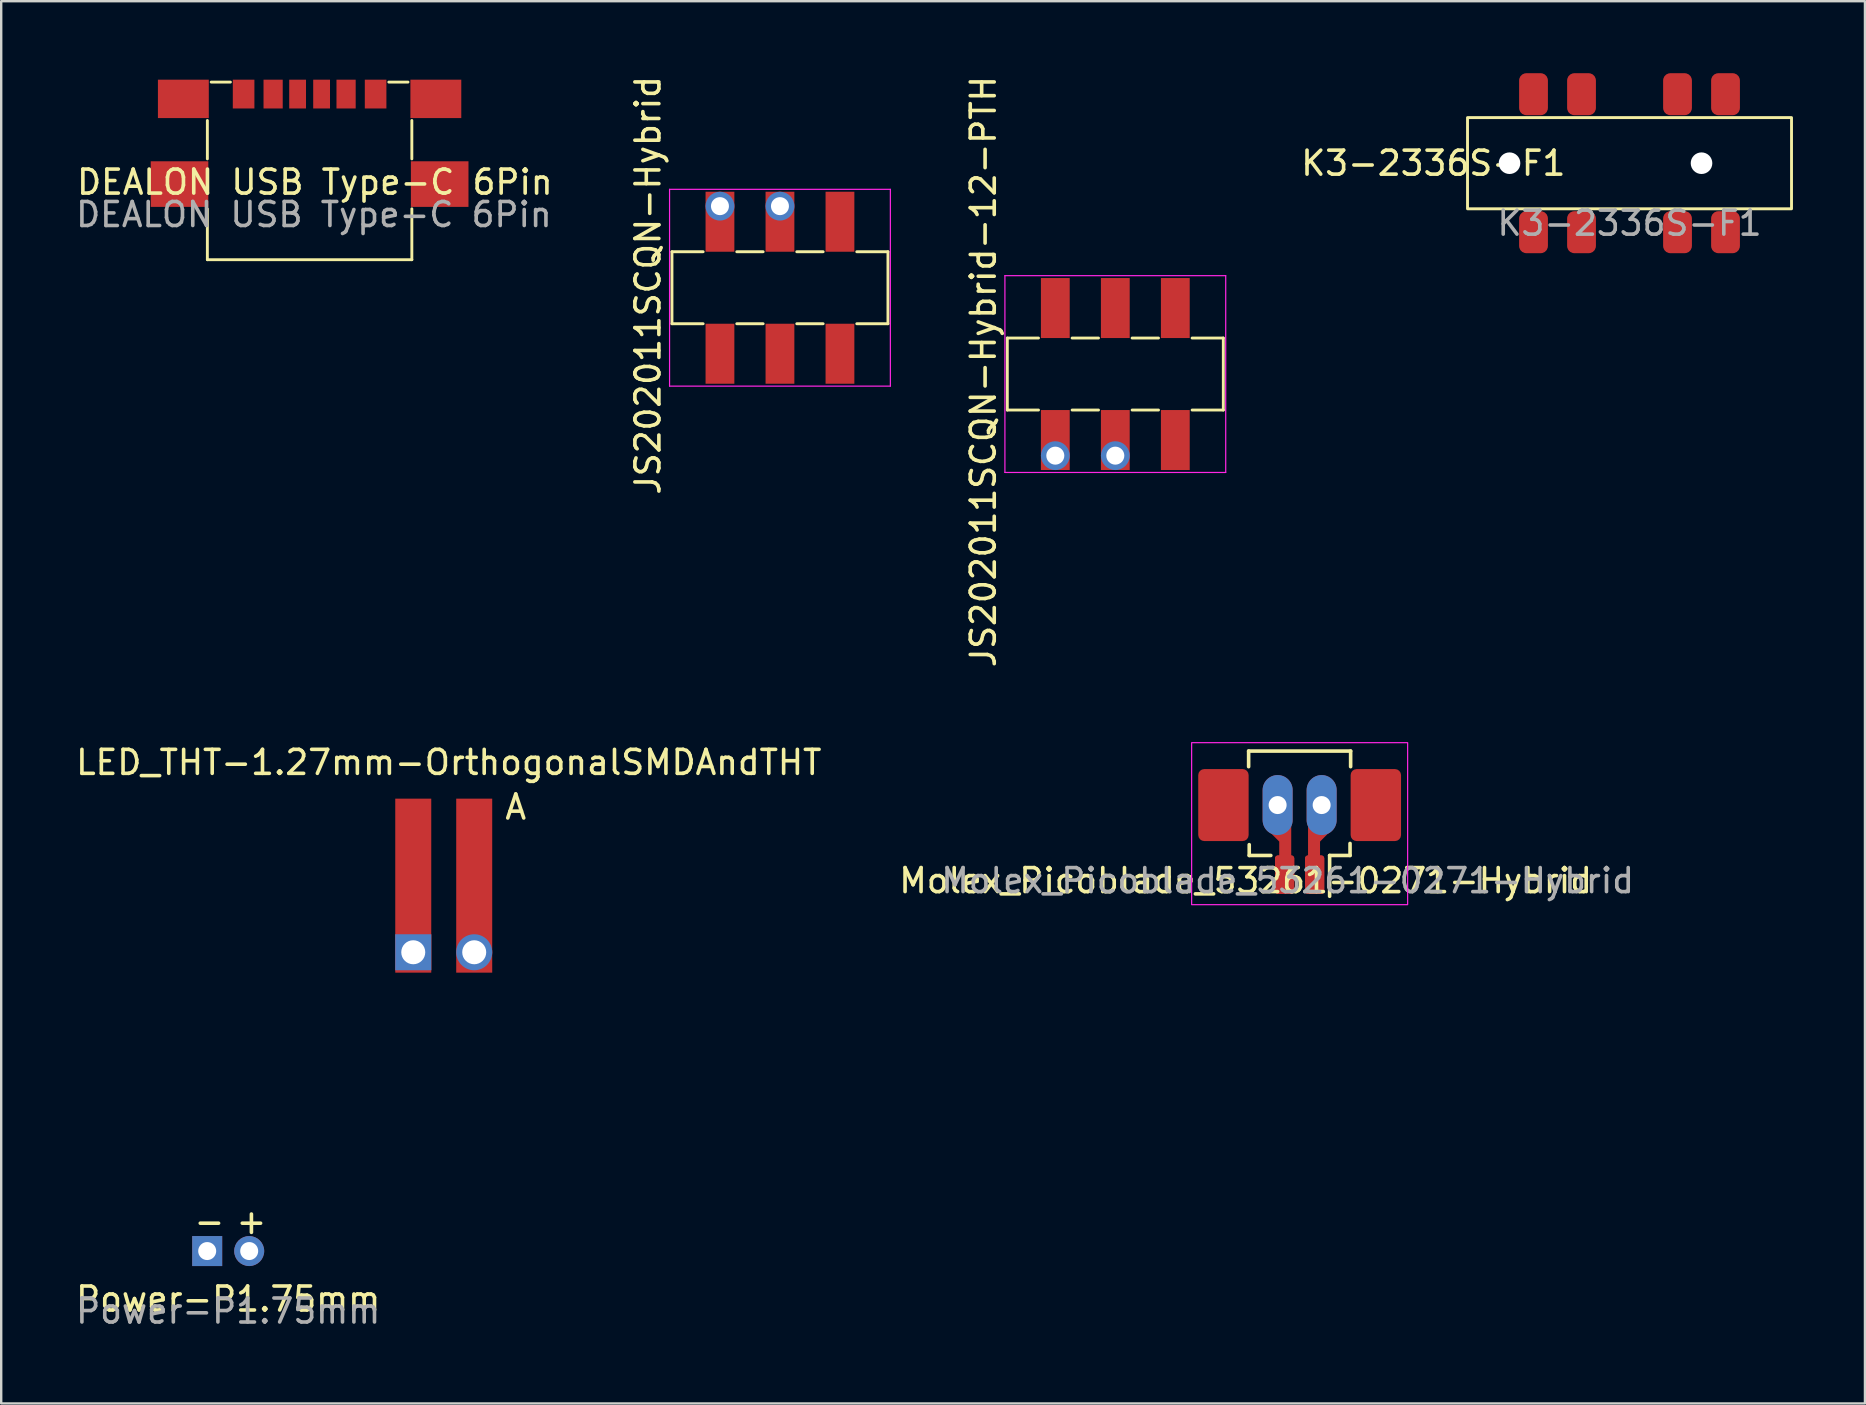
<source format=kicad_pcb>
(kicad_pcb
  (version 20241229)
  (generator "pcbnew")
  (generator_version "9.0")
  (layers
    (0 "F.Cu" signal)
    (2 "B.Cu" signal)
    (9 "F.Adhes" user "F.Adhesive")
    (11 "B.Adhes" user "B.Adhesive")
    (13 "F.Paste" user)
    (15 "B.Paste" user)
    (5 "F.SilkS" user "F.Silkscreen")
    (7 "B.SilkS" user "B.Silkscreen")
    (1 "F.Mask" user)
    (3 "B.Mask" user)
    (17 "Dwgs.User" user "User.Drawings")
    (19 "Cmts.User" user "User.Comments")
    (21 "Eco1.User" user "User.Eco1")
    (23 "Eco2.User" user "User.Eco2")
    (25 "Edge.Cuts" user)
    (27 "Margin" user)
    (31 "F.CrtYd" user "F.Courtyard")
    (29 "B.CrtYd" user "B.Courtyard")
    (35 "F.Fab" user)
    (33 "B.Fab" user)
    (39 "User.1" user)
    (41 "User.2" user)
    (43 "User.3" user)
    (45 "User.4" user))
  (footprint "JS202011SCQN-Hybrid"
    (layer "F.Cu")
    (at 29.448 8.939)
    (property "Reference" "JS202011SCQN-Hybrid" (at -5.5 -0.1 90) (layer "F.SilkS") (effects (font (size 1 1) (thickness 0.15))))
    (fp_line (start -4.5 -1.5) (end -4.5 1.5) (stroke (width 0.12) (type solid)) (layer "F.SilkS"))
    (fp_line (start -4.5 -1.5) (end -3.2 -1.5) (stroke (width 0.12) (type solid)) (layer "F.SilkS"))
    (fp_line (start -4.5 1.5) (end -3.2 1.5) (stroke (width 0.12) (type solid)) (layer "F.SilkS"))
    (fp_line (start -1.8 -1.5) (end -0.7 -1.5) (stroke (width 0.12) (type solid)) (layer "F.SilkS"))
    (fp_line (start -1.8 1.5) (end -0.7 1.5) (stroke (width 0.12) (type solid)) (layer "F.SilkS"))
    (fp_line (start 0.7 -1.5) (end 1.8 -1.5) (stroke (width 0.12) (type solid)) (layer "F.SilkS"))
    (fp_line (start 0.7 1.5) (end 1.8 1.5) (stroke (width 0.12) (type solid)) (layer "F.SilkS"))
    (fp_line (start 3.2 -1.5) (end 4.5 -1.5) (stroke (width 0.12) (type solid)) (layer "F.SilkS"))
    (fp_line (start 3.2 1.5) (end 4.5 1.5) (stroke (width 0.12) (type solid)) (layer "F.SilkS"))
    (fp_line (start 4.5 -1.5) (end 4.5 1.5) (stroke (width 0.12) (type solid)) (layer "F.SilkS"))
    (fp_line (start -4.6 -4.1) (end 4.6 -4.1) (stroke (width 0.05) (type solid)) (layer "F.CrtYd"))
    (fp_line (start -4.6 4.1) (end -4.6 -4.1) (stroke (width 0.05) (type solid)) (layer "F.CrtYd"))
    (fp_line (start 4.6 -4.1) (end 4.6 4.1) (stroke (width 0.05) (type solid)) (layer "F.CrtYd"))
    (fp_line (start 4.6 4.1) (end -4.6 4.1) (stroke (width 0.05) (type solid)) (layer "F.CrtYd"))
    (pad "1" smd rect (at -2.5 2.75) (size 1.2 2.5) (layers "F.Cu" "F.Mask" "F.Paste"))
    (pad "2" smd rect (at 0 2.75) (size 1.2 2.5) (layers "F.Cu" "F.Mask" "F.Paste"))
    (pad "3" smd rect (at 2.5 2.75) (size 1.2 2.5) (layers "F.Cu" "F.Mask" "F.Paste"))
    (pad "4" thru_hole circle (at -2.5 -3.4) (size 1.2 1.2) (drill 0.75) (layers "*.Cu" "*.Mask"))
    (pad "4" smd rect (at -2.5 -2.75) (size 1.2 2.5) (layers "F.Cu" "F.Mask" "F.Paste"))
    (pad "5" thru_hole circle (at 0 -3.4) (size 1.2 1.2) (drill 0.75) (layers "*.Cu" "*.Mask"))
    (pad "5" smd rect (at 0 -2.75) (size 1.2 2.5) (layers "F.Cu" "F.Mask" "F.Paste"))
    (pad "6" smd rect (at 2.5 -2.75) (size 1.2 2.5) (layers "F.Cu" "F.Mask" "F.Paste")))
  (footprint "K3-2336S-F1"
    (layer "F.Cu")
    (at 64.846 3.75)
    (property "Reference" "K3-2336S-F1" (at -8.175 0 0) (unlocked yes) (layer "F.SilkS") (effects (font (size 1 1) (thickness 0.15))))
    (attr smd)
    (fp_rect (start -6.75 -1.9) (end 6.75 1.9) (stroke (width 0.12) (type default)) (fill no) (layer "F.SilkS"))
    (fp_text user "${REFERENCE}" (at 0 2.5 0) (unlocked yes) (layer "F.Fab") (effects (font (size 1 1) (thickness 0.15))))
    (pad "" np_thru_hole circle (at -5 0 90) (size 0.9 0.9) (drill 0.9) (layers "*.Cu" "*.Mask"))
    (pad "" np_thru_hole circle (at 3 0 90) (size 0.9 0.9) (drill 0.9) (layers "*.Cu" "*.Mask"))
    (pad "1" smd roundrect (at 4 -2.875 270) (size 1.75 1.2) (layers "F.Cu" "F.Mask" "F.Paste") (roundrect_rratio 0.25))
    (pad "2" smd roundrect (at 2 -2.875 270) (size 1.75 1.2) (layers "F.Cu" "F.Mask" "F.Paste") (roundrect_rratio 0.25))
    (pad "3" smd roundrect (at -2 -2.875 90) (size 1.75 1.2) (layers "F.Cu" "F.Mask" "F.Paste") (roundrect_rratio 0.25))
    (pad "4" smd roundrect (at -4 -2.875 90) (size 1.75 1.2) (layers "F.Cu" "F.Mask" "F.Paste") (roundrect_rratio 0.25))
    (pad "5" smd roundrect (at 4 2.875 270) (size 1.75 1.2) (layers "F.Cu" "F.Mask" "F.Paste") (roundrect_rratio 0.25))
    (pad "6" smd roundrect (at 2 2.875 270) (size 1.75 1.2) (layers "F.Cu" "F.Mask" "F.Paste") (roundrect_rratio 0.25))
    (pad "7" smd roundrect (at -2 2.875 90) (size 1.75 1.2) (layers "F.Cu" "F.Mask" "F.Paste") (roundrect_rratio 0.25))
    (pad "8" smd roundrect (at -4 2.875 90) (size 1.75 1.2) (layers "F.Cu" "F.Mask" "F.Paste") (roundrect_rratio 0.25)))
  (footprint "Power-P1.75mm"
    (layer "F.Cu")
    (at 6.458 49.077)
    (property "Reference" "Power-P1.75mm" (at 0 2 0) (unlocked yes) (layer "F.SilkS") (effects (font (size 1 1) (thickness 0.15))))
    (attr through_hole)
    (fp_text user "-" (at -1.5 -0.65 0) (unlocked yes) (layer "F.SilkS") (effects (font (size 1 1) (thickness 0.15)) (justify left bottom)))
    (fp_text user "+" (at 0.25 -0.65 0) (unlocked yes) (layer "F.SilkS") (effects (font (size 1 1) (thickness 0.15)) (justify left bottom)))
    (fp_text user "${REFERENCE}" (at 0 2.5 0) (unlocked yes) (layer "F.Fab") (effects (font (size 1 1) (thickness 0.15))))
    (pad "" thru_hole rect (at -0.875 0) (size 1.25 1.25) (drill 0.75) (layers "*.Cu" "*.Mask"))
    (pad "" thru_hole circle (at 0.875 0) (size 1.25 1.25) (drill 0.75) (layers "*.Cu" "*.Mask")))
  (footprint "DEALON USB Type-C 6Pin"
    (layer "F.Cu")
    (at 9.85 0.87)
    (property "Reference" "DEALON USB Type-C 6Pin" (at 0.22 3.67 0) (unlocked yes) (layer "F.SilkS") (effects (font (size 1 1) (thickness 0.15))))
    (attr smd)
    (fp_line (start -4.26 1.1) (end -4.26 2.7) (stroke (width 0.12) (type solid)) (layer "F.SilkS"))
    (fp_line (start -4.26 4.78) (end -4.26 6.9) (stroke (width 0.12) (type solid)) (layer "F.SilkS"))
    (fp_line (start -4.26 6.9) (end 4.26 6.9) (stroke (width 0.12) (type solid)) (layer "F.SilkS"))
    (fp_line (start -3.3 -0.5) (end -4.1 -0.5) (stroke (width 0.12) (type solid)) (layer "F.SilkS"))
    (fp_line (start 4.1 -0.5) (end 3.3 -0.5) (stroke (width 0.12) (type solid)) (layer "F.SilkS"))
    (fp_line (start 4.26 2.7) (end 4.26 1.1) (stroke (width 0.12) (type solid)) (layer "F.SilkS"))
    (fp_line (start 4.26 4.78) (end 4.26 6.9) (stroke (width 0.12) (type solid)) (layer "F.SilkS"))
    (fp_text user "${REFERENCE}" (at 0.18 5.02 0) (unlocked yes) (layer "F.Fab") (effects (font (size 1 1) (thickness 0.15))))
    (pad "A5" smd rect (at -0.5 0) (size 0.7 1.2) (layers "F.Cu" "F.Mask" "F.Paste"))
    (pad "A9" smd rect (at 1.52 0) (size 0.8 1.2) (layers "F.Cu" "F.Mask" "F.Paste"))
    (pad "A12" smd rect (at 2.75 0) (size 0.9 1.2) (layers "F.Cu" "F.Mask" "F.Paste"))
    (pad "B5" smd rect (at 0.5 0) (size 0.7 1.2) (layers "F.Cu" "F.Mask" "F.Paste"))
    (pad "B9" smd rect (at -1.52 0) (size 0.8 1.2) (layers "F.Cu" "F.Mask" "F.Paste"))
    (pad "B12" smd rect (at -2.75 0) (size 0.9 1.2) (layers "F.Cu" "F.Mask" "F.Paste"))
    (pad "S1" smd rect (at -5.42 3.75) (size 2.4 1.9) (layers "F.Cu" "F.Mask" "F.Paste"))
    (pad "S1" smd rect (at -5.26 0.2) (size 2.12 1.6) (layers "F.Cu" "F.Mask" "F.Paste"))
    (pad "S1" smd rect (at 5.26 0.2) (size 2.12 1.6) (layers "F.Cu" "F.Mask" "F.Paste"))
    (pad "S1" smd rect (at 5.42 3.75) (size 2.4 1.9) (layers "F.Cu" "F.Mask" "F.Paste"))
    (zone (net_name "") (layer "F.CrtYd") (hatch edge 0.508) (connect_pads) (min_thickness 0.254) (filled_areas_thickness no) (keepout (tracks not_allowed) (vias not_allowed) (pads allowed) (copperpour allowed) (footprints not_allowed)) (placement (enabled no)) (fill) (polygon (pts (xy 16.55 7.37) (xy 3.15 7.37) (xy 3.15 0) (xy 16.55 0)))))
  (footprint "Molex_Picoblade_53261-0271-Hybrid"
    (layer "F.Cu")
    (at 51.101 33.394)
    (property "Reference" "Molex_Picoblade_53261-0271-Hybrid" (at -2.25 0.25 0) (unlocked yes) (layer "F.SilkS") (effects (font (size 1 1) (thickness 0.15))))
    (fp_line (start -2.125 -4.5) (end -2.125 -5.15) (stroke (width 0.15) (type default)) (layer "F.SilkS"))
    (fp_line (start -2.1 -1.25) (end -2.1 -0.8) (stroke (width 0.15) (type default)) (layer "F.SilkS"))
    (fp_line (start -2.1 -0.8) (end -1.2 -0.8) (stroke (width 0.15) (type default)) (layer "F.SilkS"))
    (fp_line (start 1.25 -0.8) (end 1.25 0.9) (stroke (width 0.15) (type default)) (layer "F.SilkS"))
    (fp_line (start 2.1 -1.3) (end 2.1 -0.8) (stroke (width 0.15) (type default)) (layer "F.SilkS"))
    (fp_line (start 2.1 -0.8) (end 1.25 -0.8) (stroke (width 0.15) (type default)) (layer "F.SilkS"))
    (fp_line (start 2.125 -5.15) (end -2.125 -5.15) (stroke (width 0.15) (type default)) (layer "F.SilkS"))
    (fp_line (start 2.125 -4.5) (end 2.125 -5.15) (stroke (width 0.15) (type default)) (layer "F.SilkS"))
    (fp_rect (start -4.5 -5.5) (end 4.5 1.25) (stroke (width 0.05) (type default)) (fill no) (layer "F.CrtYd"))
    (fp_text user "${REFERENCE}" (at -0.5 0.25 0) (unlocked yes) (layer "F.Fab") (effects (font (size 1 1) (thickness 0.15))))
    (pad "1" smd custom (at 0.625 0) (size 0.8 0.8) (layers "F.Cu") (options (anchor circle)) (primitives (gr_poly (pts (xy -0.4 -0.68) (xy -0.391 -0.726) (xy -0.365 -0.765) (xy -0.326 -0.791) (xy -0.28 -0.8) (xy 0.28 -0.8) (xy 0.326 -0.791) (xy 0.365 -0.765) (xy 0.391 -0.726) (xy 0.4 -0.68) (xy 0.4 0.68) (xy 0.391 0.726) (xy 0.365 0.765) (xy 0.326 0.791) (xy 0.28 0.8) (xy -0.28 0.8) (xy -0.326 0.791) (xy -0.365 0.765) (xy -0.391 0.726) (xy -0.4 0.68)) (width 0) (fill yes)) (gr_poly (pts (xy -0.225 -0.75) (xy -0.225 -2) (xy 0.775 -2) (xy 0.175 -1.4) (xy 0.175 -0.75)) (width 0.1) (fill yes))))
    (pad "1" smd roundrect (at 0.625 0) (size 0.8 1.6) (layers "F.Cu" "F.Mask" "F.Paste") (roundrect_rratio 0.15))
    (pad "1" thru_hole oval (at 0.917 -2.9) (size 1.25 2.5) (drill 0.75) (layers "*.Cu" "*.Mask"))
    (pad "2" thru_hole oval (at -0.917 -2.9) (size 1.25 2.5) (drill 0.75) (layers "*.Cu" "*.Mask"))
    (pad "2" smd custom (at -0.625 0) (size 0.8 0.8) (layers "F.Cu") (options (anchor circle)) (primitives (gr_poly (pts (xy -0.4 -0.68) (xy -0.391 -0.726) (xy -0.365 -0.765) (xy -0.326 -0.791) (xy -0.28 -0.8) (xy 0.28 -0.8) (xy 0.326 -0.791) (xy 0.365 -0.765) (xy 0.391 -0.726) (xy 0.4 -0.68) (xy 0.4 0.68) (xy 0.391 0.726) (xy 0.365 0.765) (xy 0.326 0.791) (xy 0.28 0.8) (xy -0.28 0.8) (xy -0.326 0.791) (xy -0.365 0.765) (xy -0.391 0.726) (xy -0.4 0.68)) (width 0) (fill yes)) (gr_line (start 0.025 0) (end 0.225 0) (width 0.1)) (gr_poly (pts (xy 0.225 -0.75) (xy 0.225 -2) (xy -0.775 -2) (xy -0.175 -1.4) (xy -0.175 -0.75)) (width 0.1) (fill yes))))
    (pad "2" smd roundrect (at -0.625 0) (size 0.8 1.6) (layers "F.Cu" "F.Mask" "F.Paste") (roundrect_rratio 0.15))
    (pad "MP" smd roundrect (at -3.175 -2.9) (size 2.1 3) (layers "F.Cu" "F.Mask" "F.Paste") (roundrect_rratio 0.12))
    (pad "MP" smd roundrect (at 3.175 -2.9) (size 2.1 3) (layers "F.Cu" "F.Mask" "F.Paste") (roundrect_rratio 0.12)))
  (footprint "LED_THT-1.27mm-OrthogonalSMDAndTHT"
    (layer "F.Cu")
    (at 15.439 33.977)
    (property "Reference" "LED_THT-1.27mm-OrthogonalSMDAndTHT" (at 0.21 -5.26 0) (unlocked yes) (layer "F.SilkS") (effects (font (size 1 1) (thickness 0.15))))
    (attr through_hole)
    (fp_text user "A" (at 3 -3.4 0) (unlocked yes) (layer "F.SilkS") (effects (font (size 1 1) (thickness 0.15))))
    (pad "1" smd rect (at -1.27 -0.125) (size 1.5 7.25) (layers "F.Cu" "F.Mask" "F.Paste"))
    (pad "1" thru_hole rect (at -1.27 2.65 90) (size 1.5 1.5) (drill 1) (layers "*.Cu" "*.Mask"))
    (pad "2" smd rect (at 1.27 -0.125) (size 1.5 7.25) (layers "F.Cu" "F.Mask" "F.Paste"))
    (pad "2" thru_hole circle (at 1.27 2.65 90) (size 1.5 1.5) (drill 1) (layers "*.Cu" "*.Mask"))
    (zone (net_name "") (layer "F.CrtYd") (hatch edge 0.508) (connect_pads) (min_thickness 0.254) (filled_areas_thickness no) (keepout (tracks not_allowed) (vias not_allowed) (pads not_allowed) (copperpour allowed) (footprints not_allowed)) (placement (enabled no)) (fill) (polygon (pts (xy 17.589 37.977) (xy 18.339 37.977) (xy 18.339 43.977) (xy 12.339 43.977) (xy 12.339 37.977) (xy 13.089 37.977) (xy 13.089 30.077) (xy 17.589 30.077)))))
  (footprint "JS202011SCQN-Hybrid-12-PTH"
    (layer "F.Cu")
    (at 43.421 12.535)
    (property "Reference" "JS202011SCQN-Hybrid-12-PTH" (at -5.5 -0.1 90) (layer "F.SilkS") (effects (font (size 1 1) (thickness 0.15))))
    (fp_line (start -4.5 -1.5) (end -4.5 1.5) (stroke (width 0.12) (type solid)) (layer "F.SilkS"))
    (fp_line (start -4.5 -1.5) (end -3.2 -1.5) (stroke (width 0.12) (type solid)) (layer "F.SilkS"))
    (fp_line (start -4.5 1.5) (end -3.2 1.5) (stroke (width 0.12) (type solid)) (layer "F.SilkS"))
    (fp_line (start -1.8 -1.5) (end -0.7 -1.5) (stroke (width 0.12) (type solid)) (layer "F.SilkS"))
    (fp_line (start -1.8 1.5) (end -0.7 1.5) (stroke (width 0.12) (type solid)) (layer "F.SilkS"))
    (fp_line (start 0.7 -1.5) (end 1.8 -1.5) (stroke (width 0.12) (type solid)) (layer "F.SilkS"))
    (fp_line (start 0.7 1.5) (end 1.8 1.5) (stroke (width 0.12) (type solid)) (layer "F.SilkS"))
    (fp_line (start 3.2 -1.5) (end 4.5 -1.5) (stroke (width 0.12) (type solid)) (layer "F.SilkS"))
    (fp_line (start 3.2 1.5) (end 4.5 1.5) (stroke (width 0.12) (type solid)) (layer "F.SilkS"))
    (fp_line (start 4.5 -1.5) (end 4.5 1.5) (stroke (width 0.12) (type solid)) (layer "F.SilkS"))
    (fp_line (start -4.6 -4.1) (end 4.6 -4.1) (stroke (width 0.05) (type solid)) (layer "F.CrtYd"))
    (fp_line (start -4.6 4.1) (end -4.6 -4.1) (stroke (width 0.05) (type solid)) (layer "F.CrtYd"))
    (fp_line (start 4.6 -4.1) (end 4.6 4.1) (stroke (width 0.05) (type solid)) (layer "F.CrtYd"))
    (fp_line (start 4.6 4.1) (end -4.6 4.1) (stroke (width 0.05) (type solid)) (layer "F.CrtYd"))
    (pad "1" smd rect (at -2.5 2.75) (size 1.2 2.5) (layers "F.Cu" "F.Mask" "F.Paste"))
    (pad "1" thru_hole circle (at -2.5 3.4) (size 1.2 1.2) (drill 0.75) (layers "*.Cu" "*.Mask"))
    (pad "2" smd rect (at 0 2.75) (size 1.2 2.5) (layers "F.Cu" "F.Mask" "F.Paste"))
    (pad "2" thru_hole circle (at 0 3.4) (size 1.2 1.2) (drill 0.75) (layers "*.Cu" "*.Mask"))
    (pad "3" smd rect (at 2.5 2.75) (size 1.2 2.5) (layers "F.Cu" "F.Mask" "F.Paste"))
    (pad "4" smd rect (at -2.5 -2.75) (size 1.2 2.5) (layers "F.Cu" "F.Mask" "F.Paste"))
    (pad "5" smd rect (at 0 -2.75) (size 1.2 2.5) (layers "F.Cu" "F.Mask" "F.Paste"))
    (pad "6" smd rect (at 2.5 -2.75) (size 1.2 2.5) (layers "F.Cu" "F.Mask" "F.Paste")))
  (gr_rect
    (start -3 -3)
    (end 74.656 55.426)
    (stroke (width 0.1) (type default))
    (fill no)
    (layer "Edge.Cuts")))
</source>
